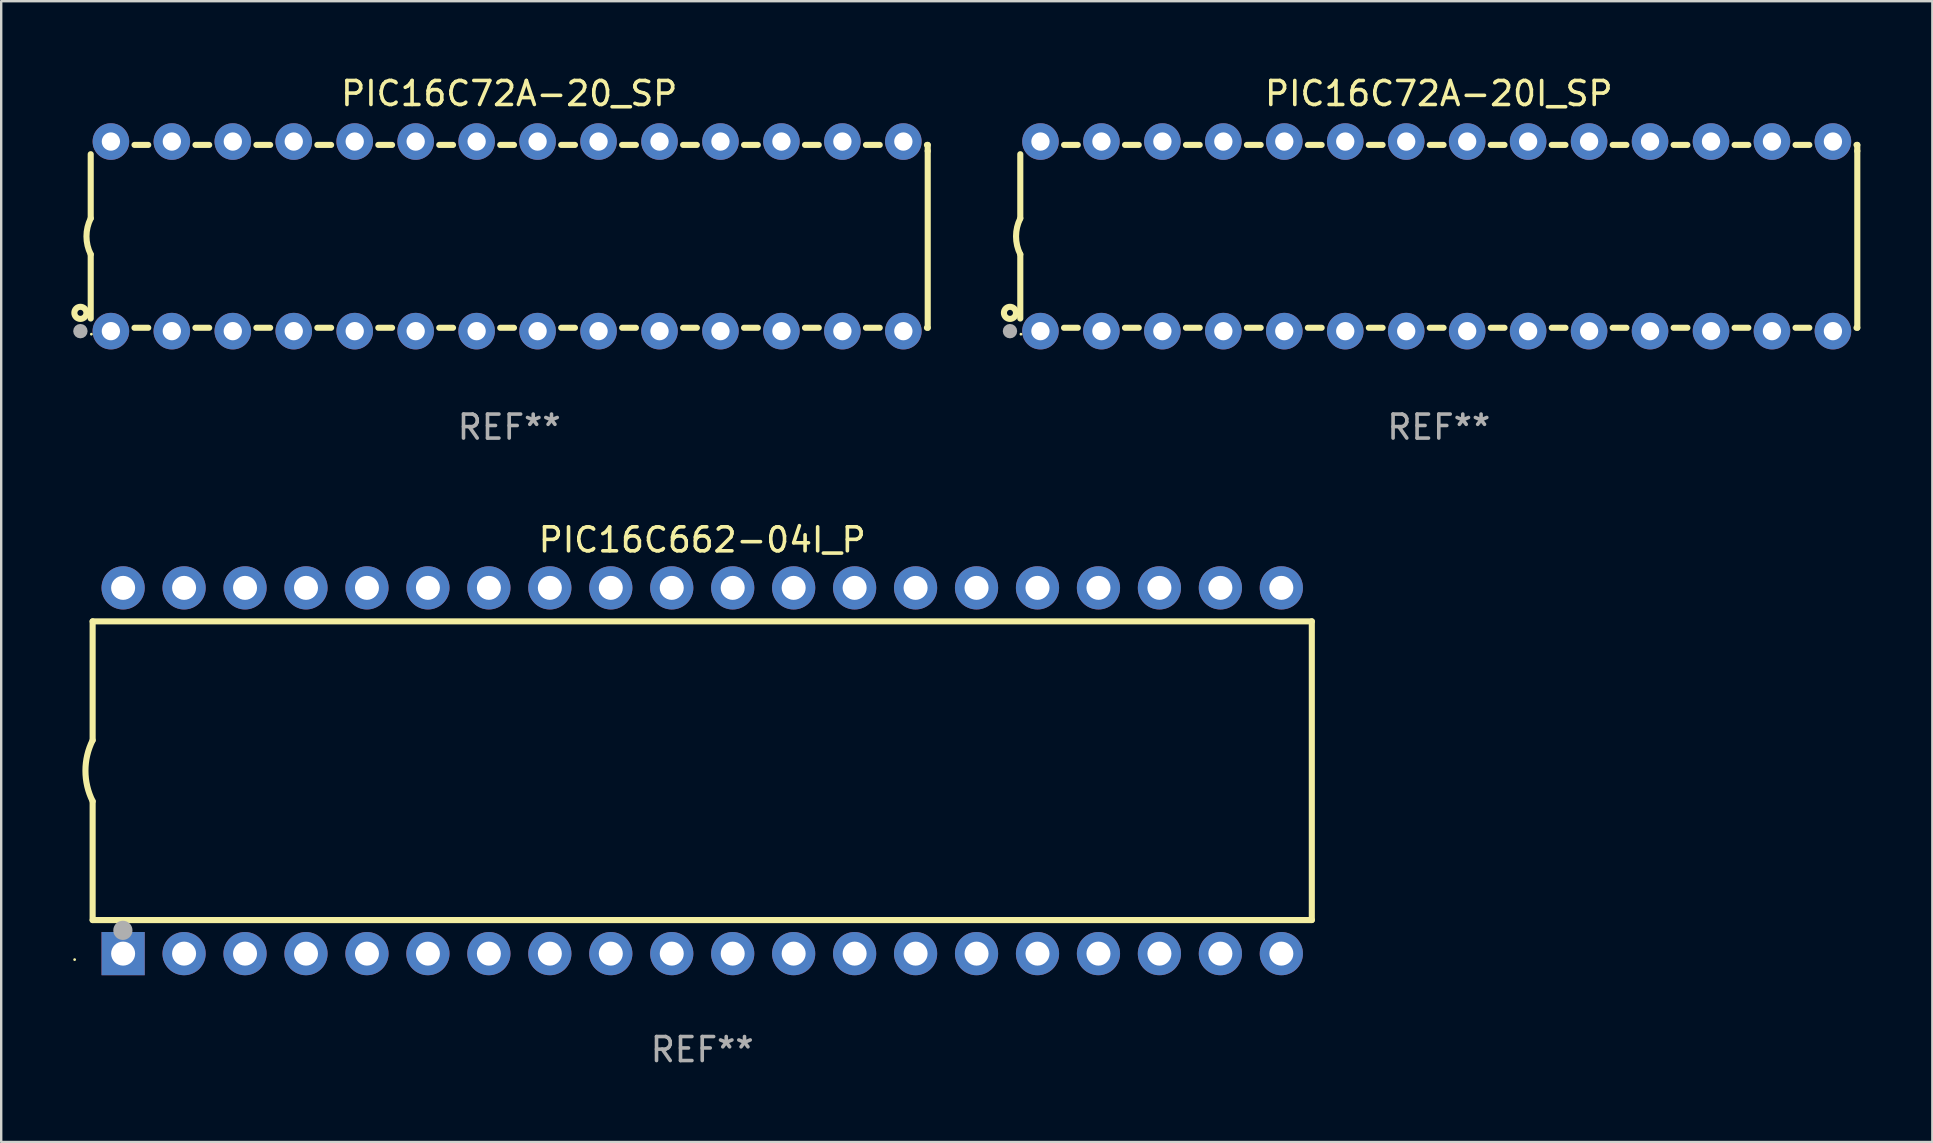
<source format=kicad_pcb>
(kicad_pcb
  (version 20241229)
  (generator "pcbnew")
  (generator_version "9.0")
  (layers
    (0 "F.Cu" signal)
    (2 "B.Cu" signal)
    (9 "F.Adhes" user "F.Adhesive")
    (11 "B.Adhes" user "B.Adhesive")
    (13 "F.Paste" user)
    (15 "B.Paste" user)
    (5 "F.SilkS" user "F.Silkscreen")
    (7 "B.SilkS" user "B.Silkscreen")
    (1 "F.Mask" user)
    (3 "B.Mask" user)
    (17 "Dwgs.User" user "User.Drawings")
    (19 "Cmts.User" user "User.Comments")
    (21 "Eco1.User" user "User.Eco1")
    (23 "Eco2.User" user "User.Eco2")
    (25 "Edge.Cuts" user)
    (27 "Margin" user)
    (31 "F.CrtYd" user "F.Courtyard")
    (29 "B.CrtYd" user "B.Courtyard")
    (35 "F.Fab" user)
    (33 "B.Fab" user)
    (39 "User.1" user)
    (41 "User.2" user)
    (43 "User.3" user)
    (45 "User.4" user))
  (footprint "PIC16C72A-20I_SP"
    (layer "F.Cu")
    (at 56.901 6.798)
    (property "Reference" "PIC16C72A-20I_SP" (at 0 -5.95 0) (layer "F.SilkS") (effects (font (size 1 1) (thickness 0.15))))
    (attr through_hole)
    (fp_line (start -17.438 0.75) (end -17.438 3.423) (stroke (width 0.254) (type solid)) (layer "F.SilkS"))
    (fp_line (start -17.438 -3.423) (end -17.438 -0.75) (stroke (width 0.254) (type solid)) (layer "F.SilkS"))
    (fp_line (start -15.615 3.81) (end -15.041 3.81) (stroke (width 0.254) (type solid)) (layer "F.SilkS"))
    (fp_line (start -15.041 -3.81) (end -15.614 -3.81) (stroke (width 0.254) (type solid)) (layer "F.SilkS"))
    (fp_line (start -13.075 3.81) (end -12.501 3.81) (stroke (width 0.254) (type solid)) (layer "F.SilkS"))
    (fp_line (start -12.501 -3.81) (end -13.074 -3.81) (stroke (width 0.254) (type solid)) (layer "F.SilkS"))
    (fp_line (start -10.535 3.81) (end -9.961 3.81) (stroke (width 0.254) (type solid)) (layer "F.SilkS"))
    (fp_line (start -9.961 -3.81) (end -10.534 -3.81) (stroke (width 0.254) (type solid)) (layer "F.SilkS"))
    (fp_line (start -7.995 3.81) (end -7.421 3.81) (stroke (width 0.254) (type solid)) (layer "F.SilkS"))
    (fp_line (start -7.421 -3.81) (end -7.995 -3.81) (stroke (width 0.254) (type solid)) (layer "F.SilkS"))
    (fp_line (start -5.455 3.81) (end -4.881 3.81) (stroke (width 0.254) (type solid)) (layer "F.SilkS"))
    (fp_line (start -4.881 -3.81) (end -5.455 -3.81) (stroke (width 0.254) (type solid)) (layer "F.SilkS"))
    (fp_line (start -2.915 3.81) (end -2.341 3.81) (stroke (width 0.254) (type solid)) (layer "F.SilkS"))
    (fp_line (start -2.341 -3.81) (end -2.915 -3.81) (stroke (width 0.254) (type solid)) (layer "F.SilkS"))
    (fp_line (start -0.375 3.81) (end 0.199 3.81) (stroke (width 0.254) (type solid)) (layer "F.SilkS"))
    (fp_line (start 0.199 -3.81) (end -0.375 -3.81) (stroke (width 0.254) (type solid)) (layer "F.SilkS"))
    (fp_line (start 2.165 3.81) (end 2.739 3.81) (stroke (width 0.254) (type solid)) (layer "F.SilkS"))
    (fp_line (start 2.739 -3.81) (end 2.165 -3.81) (stroke (width 0.254) (type solid)) (layer "F.SilkS"))
    (fp_line (start 4.705 3.81) (end 5.279 3.81) (stroke (width 0.254) (type solid)) (layer "F.SilkS"))
    (fp_line (start 5.279 -3.81) (end 4.705 -3.81) (stroke (width 0.254) (type solid)) (layer "F.SilkS"))
    (fp_line (start 7.245 3.81) (end 7.819 3.81) (stroke (width 0.254) (type solid)) (layer "F.SilkS"))
    (fp_line (start 7.819 -3.81) (end 7.245 -3.81) (stroke (width 0.254) (type solid)) (layer "F.SilkS"))
    (fp_line (start 9.785 3.81) (end 10.359 3.81) (stroke (width 0.254) (type solid)) (layer "F.SilkS"))
    (fp_line (start 10.359 -3.81) (end 9.785 -3.81) (stroke (width 0.254) (type solid)) (layer "F.SilkS"))
    (fp_line (start 12.325 3.81) (end 12.899 3.81) (stroke (width 0.254) (type solid)) (layer "F.SilkS"))
    (fp_line (start 12.899 -3.81) (end 12.325 -3.81) (stroke (width 0.254) (type solid)) (layer "F.SilkS"))
    (fp_line (start 14.865 3.81) (end 15.439 3.81) (stroke (width 0.254) (type solid)) (layer "F.SilkS"))
    (fp_line (start 15.439 -3.81) (end 14.865 -3.81) (stroke (width 0.254) (type solid)) (layer "F.SilkS"))
    (fp_line (start 17.405 3.81) (end 17.438 3.81) (stroke (width 0.254) (type solid)) (layer "F.SilkS"))
    (fp_line (start 17.438 -3.81) (end 17.405 -3.81) (stroke (width 0.254) (type solid)) (layer "F.SilkS"))
    (fp_line (start 17.438 -3.556) (end 17.438 -3.81) (stroke (width 0.254) (type solid)) (layer "F.SilkS"))
    (fp_line (start 17.438 3.81) (end 17.438 -3.556) (stroke (width 0.254) (type solid)) (layer "F.SilkS"))
    (fp_arc (start -17.437986 0.749657) (mid -17.614887 -0.000024) (end -17.437783 -0.749657) (stroke (width 0.254001) (type solid)) (layer "F.SilkS"))
    (fp_circle (center -17.868 3.188) (end -17.743 3.188) (stroke (width 0.254) (type solid)) (fill no) (layer "F.SilkS"))
    (fp_circle (center -17.411 4.077) (end -17.381 4.077) (stroke (width 0.06) (type solid)) (fill no) (layer "F.SilkS"))
    (fp_circle (center -17.868 3.95) (end -17.718 3.95) (stroke (width 0.3) (type solid)) (fill no) (layer "F.Fab"))
    (fp_text user "REF**" (at 0 7.95 0) (layer "F.Fab") (effects (font (size 1 1) (thickness 0.15))))
    (pad "1" thru_hole circle (at -16.598 3.95) (size 1.524 1.524) (drill 0.762) (layers "*.Cu" "*.Mask"))
    (pad "2" thru_hole circle (at -14.058 3.95) (size 1.524 1.524) (drill 0.762) (layers "*.Cu" "*.Mask"))
    (pad "3" thru_hole circle (at -11.518 3.95) (size 1.524 1.524) (drill 0.762) (layers "*.Cu" "*.Mask"))
    (pad "4" thru_hole circle (at -8.978 3.95) (size 1.524 1.524) (drill 0.762) (layers "*.Cu" "*.Mask"))
    (pad "5" thru_hole circle (at -6.438 3.95) (size 1.524 1.524) (drill 0.762) (layers "*.Cu" "*.Mask"))
    (pad "6" thru_hole circle (at -3.898 3.95) (size 1.524 1.524) (drill 0.762) (layers "*.Cu" "*.Mask"))
    (pad "7" thru_hole circle (at -1.358 3.95) (size 1.524 1.524) (drill 0.762) (layers "*.Cu" "*.Mask"))
    (pad "8" thru_hole circle (at 1.182 3.95) (size 1.524 1.524) (drill 0.762) (layers "*.Cu" "*.Mask"))
    (pad "9" thru_hole circle (at 3.722 3.95) (size 1.524 1.524) (drill 0.762) (layers "*.Cu" "*.Mask"))
    (pad "10" thru_hole circle (at 6.262 3.95) (size 1.524 1.524) (drill 0.762) (layers "*.Cu" "*.Mask"))
    (pad "11" thru_hole circle (at 8.802 3.95) (size 1.524 1.524) (drill 0.762) (layers "*.Cu" "*.Mask"))
    (pad "12" thru_hole circle (at 11.342 3.95) (size 1.524 1.524) (drill 0.762) (layers "*.Cu" "*.Mask"))
    (pad "13" thru_hole circle (at 13.882 3.95) (size 1.524 1.524) (drill 0.762) (layers "*.Cu" "*.Mask"))
    (pad "14" thru_hole circle (at 16.422 3.95) (size 1.524 1.524) (drill 0.762) (layers "*.Cu" "*.Mask"))
    (pad "15" thru_hole circle (at 16.422 -3.95) (size 1.524 1.524) (drill 0.762) (layers "*.Cu" "*.Mask"))
    (pad "16" thru_hole circle (at 13.882 -3.95) (size 1.524 1.524) (drill 0.762) (layers "*.Cu" "*.Mask"))
    (pad "17" thru_hole circle (at 11.342 -3.95) (size 1.524 1.524) (drill 0.762) (layers "*.Cu" "*.Mask"))
    (pad "18" thru_hole circle (at 8.802 -3.95) (size 1.524 1.524) (drill 0.762) (layers "*.Cu" "*.Mask"))
    (pad "19" thru_hole circle (at 6.262 -3.95) (size 1.524 1.524) (drill 0.762) (layers "*.Cu" "*.Mask"))
    (pad "20" thru_hole circle (at 3.722 -3.95) (size 1.524 1.524) (drill 0.762) (layers "*.Cu" "*.Mask"))
    (pad "21" thru_hole circle (at 1.182 -3.95) (size 1.524 1.524) (drill 0.762) (layers "*.Cu" "*.Mask"))
    (pad "22" thru_hole circle (at -1.358 -3.95) (size 1.524 1.524) (drill 0.762) (layers "*.Cu" "*.Mask"))
    (pad "23" thru_hole circle (at -3.898 -3.95) (size 1.524 1.524) (drill 0.762) (layers "*.Cu" "*.Mask"))
    (pad "24" thru_hole circle (at -6.438 -3.95) (size 1.524 1.524) (drill 0.762) (layers "*.Cu" "*.Mask"))
    (pad "25" thru_hole circle (at -8.978 -3.95) (size 1.524 1.524) (drill 0.762) (layers "*.Cu" "*.Mask"))
    (pad "26" thru_hole circle (at -11.517 -3.95) (size 1.524 1.524) (drill 0.762) (layers "*.Cu" "*.Mask"))
    (pad "27" thru_hole circle (at -14.057 -3.95) (size 1.524 1.524) (drill 0.762) (layers "*.Cu" "*.Mask"))
    (pad "28" thru_hole circle (at -16.597 -3.95) (size 1.524 1.524) (drill 0.762) (layers "*.Cu" "*.Mask")))
  (footprint "PIC16C72A-20_SP"
    (layer "F.Cu")
    (at 18.168 6.798)
    (property "Reference" "PIC16C72A-20_SP" (at 0 -5.95 0) (layer "F.SilkS") (effects (font (size 1 1) (thickness 0.15))))
    (attr through_hole)
    (fp_line (start -17.438 0.75) (end -17.438 3.423) (stroke (width 0.254) (type solid)) (layer "F.SilkS"))
    (fp_line (start -17.438 -3.423) (end -17.438 -0.75) (stroke (width 0.254) (type solid)) (layer "F.SilkS"))
    (fp_line (start -15.615 3.81) (end -15.041 3.81) (stroke (width 0.254) (type solid)) (layer "F.SilkS"))
    (fp_line (start -15.041 -3.81) (end -15.614 -3.81) (stroke (width 0.254) (type solid)) (layer "F.SilkS"))
    (fp_line (start -13.075 3.81) (end -12.501 3.81) (stroke (width 0.254) (type solid)) (layer "F.SilkS"))
    (fp_line (start -12.501 -3.81) (end -13.074 -3.81) (stroke (width 0.254) (type solid)) (layer "F.SilkS"))
    (fp_line (start -10.535 3.81) (end -9.961 3.81) (stroke (width 0.254) (type solid)) (layer "F.SilkS"))
    (fp_line (start -9.961 -3.81) (end -10.534 -3.81) (stroke (width 0.254) (type solid)) (layer "F.SilkS"))
    (fp_line (start -7.995 3.81) (end -7.421 3.81) (stroke (width 0.254) (type solid)) (layer "F.SilkS"))
    (fp_line (start -7.421 -3.81) (end -7.995 -3.81) (stroke (width 0.254) (type solid)) (layer "F.SilkS"))
    (fp_line (start -5.455 3.81) (end -4.881 3.81) (stroke (width 0.254) (type solid)) (layer "F.SilkS"))
    (fp_line (start -4.881 -3.81) (end -5.455 -3.81) (stroke (width 0.254) (type solid)) (layer "F.SilkS"))
    (fp_line (start -2.915 3.81) (end -2.341 3.81) (stroke (width 0.254) (type solid)) (layer "F.SilkS"))
    (fp_line (start -2.341 -3.81) (end -2.915 -3.81) (stroke (width 0.254) (type solid)) (layer "F.SilkS"))
    (fp_line (start -0.375 3.81) (end 0.199 3.81) (stroke (width 0.254) (type solid)) (layer "F.SilkS"))
    (fp_line (start 0.199 -3.81) (end -0.375 -3.81) (stroke (width 0.254) (type solid)) (layer "F.SilkS"))
    (fp_line (start 2.165 3.81) (end 2.739 3.81) (stroke (width 0.254) (type solid)) (layer "F.SilkS"))
    (fp_line (start 2.739 -3.81) (end 2.165 -3.81) (stroke (width 0.254) (type solid)) (layer "F.SilkS"))
    (fp_line (start 4.705 3.81) (end 5.279 3.81) (stroke (width 0.254) (type solid)) (layer "F.SilkS"))
    (fp_line (start 5.279 -3.81) (end 4.705 -3.81) (stroke (width 0.254) (type solid)) (layer "F.SilkS"))
    (fp_line (start 7.245 3.81) (end 7.819 3.81) (stroke (width 0.254) (type solid)) (layer "F.SilkS"))
    (fp_line (start 7.819 -3.81) (end 7.245 -3.81) (stroke (width 0.254) (type solid)) (layer "F.SilkS"))
    (fp_line (start 9.785 3.81) (end 10.359 3.81) (stroke (width 0.254) (type solid)) (layer "F.SilkS"))
    (fp_line (start 10.359 -3.81) (end 9.785 -3.81) (stroke (width 0.254) (type solid)) (layer "F.SilkS"))
    (fp_line (start 12.325 3.81) (end 12.899 3.81) (stroke (width 0.254) (type solid)) (layer "F.SilkS"))
    (fp_line (start 12.899 -3.81) (end 12.325 -3.81) (stroke (width 0.254) (type solid)) (layer "F.SilkS"))
    (fp_line (start 14.865 3.81) (end 15.439 3.81) (stroke (width 0.254) (type solid)) (layer "F.SilkS"))
    (fp_line (start 15.439 -3.81) (end 14.865 -3.81) (stroke (width 0.254) (type solid)) (layer "F.SilkS"))
    (fp_line (start 17.405 3.81) (end 17.438 3.81) (stroke (width 0.254) (type solid)) (layer "F.SilkS"))
    (fp_line (start 17.438 -3.81) (end 17.405 -3.81) (stroke (width 0.254) (type solid)) (layer "F.SilkS"))
    (fp_line (start 17.438 -3.556) (end 17.438 -3.81) (stroke (width 0.254) (type solid)) (layer "F.SilkS"))
    (fp_line (start 17.438 3.81) (end 17.438 -3.556) (stroke (width 0.254) (type solid)) (layer "F.SilkS"))
    (fp_arc (start -17.437986 0.749657) (mid -17.614887 -0.000024) (end -17.437783 -0.749657) (stroke (width 0.254001) (type solid)) (layer "F.SilkS"))
    (fp_circle (center -17.868 3.188) (end -17.743 3.188) (stroke (width 0.254) (type solid)) (fill no) (layer "F.SilkS"))
    (fp_circle (center -17.411 4.077) (end -17.381 4.077) (stroke (width 0.06) (type solid)) (fill no) (layer "F.SilkS"))
    (fp_circle (center -17.868 3.95) (end -17.718 3.95) (stroke (width 0.3) (type solid)) (fill no) (layer "F.Fab"))
    (fp_text user "REF**" (at 0 7.95 0) (layer "F.Fab") (effects (font (size 1 1) (thickness 0.15))))
    (pad "1" thru_hole circle (at -16.598 3.95) (size 1.524 1.524) (drill 0.762) (layers "*.Cu" "*.Mask"))
    (pad "2" thru_hole circle (at -14.058 3.95) (size 1.524 1.524) (drill 0.762) (layers "*.Cu" "*.Mask"))
    (pad "3" thru_hole circle (at -11.518 3.95) (size 1.524 1.524) (drill 0.762) (layers "*.Cu" "*.Mask"))
    (pad "4" thru_hole circle (at -8.978 3.95) (size 1.524 1.524) (drill 0.762) (layers "*.Cu" "*.Mask"))
    (pad "5" thru_hole circle (at -6.438 3.95) (size 1.524 1.524) (drill 0.762) (layers "*.Cu" "*.Mask"))
    (pad "6" thru_hole circle (at -3.898 3.95) (size 1.524 1.524) (drill 0.762) (layers "*.Cu" "*.Mask"))
    (pad "7" thru_hole circle (at -1.358 3.95) (size 1.524 1.524) (drill 0.762) (layers "*.Cu" "*.Mask"))
    (pad "8" thru_hole circle (at 1.182 3.95) (size 1.524 1.524) (drill 0.762) (layers "*.Cu" "*.Mask"))
    (pad "9" thru_hole circle (at 3.722 3.95) (size 1.524 1.524) (drill 0.762) (layers "*.Cu" "*.Mask"))
    (pad "10" thru_hole circle (at 6.262 3.95) (size 1.524 1.524) (drill 0.762) (layers "*.Cu" "*.Mask"))
    (pad "11" thru_hole circle (at 8.802 3.95) (size 1.524 1.524) (drill 0.762) (layers "*.Cu" "*.Mask"))
    (pad "12" thru_hole circle (at 11.342 3.95) (size 1.524 1.524) (drill 0.762) (layers "*.Cu" "*.Mask"))
    (pad "13" thru_hole circle (at 13.882 3.95) (size 1.524 1.524) (drill 0.762) (layers "*.Cu" "*.Mask"))
    (pad "14" thru_hole circle (at 16.422 3.95) (size 1.524 1.524) (drill 0.762) (layers "*.Cu" "*.Mask"))
    (pad "15" thru_hole circle (at 16.422 -3.95) (size 1.524 1.524) (drill 0.762) (layers "*.Cu" "*.Mask"))
    (pad "16" thru_hole circle (at 13.882 -3.95) (size 1.524 1.524) (drill 0.762) (layers "*.Cu" "*.Mask"))
    (pad "17" thru_hole circle (at 11.342 -3.95) (size 1.524 1.524) (drill 0.762) (layers "*.Cu" "*.Mask"))
    (pad "18" thru_hole circle (at 8.802 -3.95) (size 1.524 1.524) (drill 0.762) (layers "*.Cu" "*.Mask"))
    (pad "19" thru_hole circle (at 6.262 -3.95) (size 1.524 1.524) (drill 0.762) (layers "*.Cu" "*.Mask"))
    (pad "20" thru_hole circle (at 3.722 -3.95) (size 1.524 1.524) (drill 0.762) (layers "*.Cu" "*.Mask"))
    (pad "21" thru_hole circle (at 1.182 -3.95) (size 1.524 1.524) (drill 0.762) (layers "*.Cu" "*.Mask"))
    (pad "22" thru_hole circle (at -1.358 -3.95) (size 1.524 1.524) (drill 0.762) (layers "*.Cu" "*.Mask"))
    (pad "23" thru_hole circle (at -3.898 -3.95) (size 1.524 1.524) (drill 0.762) (layers "*.Cu" "*.Mask"))
    (pad "24" thru_hole circle (at -6.438 -3.95) (size 1.524 1.524) (drill 0.762) (layers "*.Cu" "*.Mask"))
    (pad "25" thru_hole circle (at -8.978 -3.95) (size 1.524 1.524) (drill 0.762) (layers "*.Cu" "*.Mask"))
    (pad "26" thru_hole circle (at -11.517 -3.95) (size 1.524 1.524) (drill 0.762) (layers "*.Cu" "*.Mask"))
    (pad "27" thru_hole circle (at -14.057 -3.95) (size 1.524 1.524) (drill 0.762) (layers "*.Cu" "*.Mask"))
    (pad "28" thru_hole circle (at -16.597 -3.95) (size 1.524 1.524) (drill 0.762) (layers "*.Cu" "*.Mask")))
  (footprint "PIC16C662-04I_P"
    (layer "F.Cu")
    (at 26.21 29.065)
    (property "Reference" "PIC16C662-04I_P" (at 0 -9.62 0) (layer "F.SilkS") (effects (font (size 1 1) (thickness 0.15))))
    (attr through_hole)
    (fp_line (start -25.4 -6.224) (end -25.4 -1.271) (stroke (width 0.254) (type solid)) (layer "F.SilkS"))
    (fp_line (start -25.4 -6.224) (end 25.4 -6.224) (stroke (width 0.254) (type solid)) (layer "F.SilkS"))
    (fp_line (start -25.4 1.269) (end -25.4 6.222) (stroke (width 0.254) (type solid)) (layer "F.SilkS"))
    (fp_line (start -25.4 6.222) (end 25.4 6.222) (stroke (width 0.254) (type solid)) (layer "F.SilkS"))
    (fp_line (start 25.4 6.222) (end 25.4 -6.224) (stroke (width 0.254) (type solid)) (layer "F.SilkS"))
    (fp_arc (start -25.4 1.269241) (mid -25.699807 -0.000762) (end -25.4 -1.270765) (stroke (width 0.254001) (type solid)) (layer "F.SilkS"))
    (fp_circle (center -26.15 7.87) (end -26.12 7.87) (stroke (width 0.06) (type solid)) (fill no) (layer "F.SilkS"))
    (fp_circle (center -24.14 6.65) (end -23.94 6.65) (stroke (width 0.4) (type solid)) (fill no) (layer "F.Fab"))
    (fp_text user "REF**" (at 0 11.62 0) (layer "F.Fab") (effects (font (size 1 1) (thickness 0.15))))
    (pad "1" thru_hole rect (at -24.13 7.62 90) (size 1.8 1.8) (drill 1) (layers "*.Cu" "*.Mask"))
    (pad "2" thru_hole circle (at -21.59 7.62) (size 1.8 1.8) (drill 1) (layers "*.Cu" "*.Mask"))
    (pad "3" thru_hole circle (at -19.05 7.62) (size 1.8 1.8) (drill 1) (layers "*.Cu" "*.Mask"))
    (pad "4" thru_hole circle (at -16.51 7.62) (size 1.8 1.8) (drill 1) (layers "*.Cu" "*.Mask"))
    (pad "5" thru_hole circle (at -13.97 7.62) (size 1.8 1.8) (drill 1) (layers "*.Cu" "*.Mask"))
    (pad "6" thru_hole circle (at -11.43 7.62) (size 1.8 1.8) (drill 1) (layers "*.Cu" "*.Mask"))
    (pad "7" thru_hole circle (at -8.89 7.62) (size 1.8 1.8) (drill 1) (layers "*.Cu" "*.Mask"))
    (pad "8" thru_hole circle (at -6.35 7.62) (size 1.8 1.8) (drill 1) (layers "*.Cu" "*.Mask"))
    (pad "9" thru_hole circle (at -3.81 7.62) (size 1.8 1.8) (drill 1) (layers "*.Cu" "*.Mask"))
    (pad "10" thru_hole circle (at -1.27 7.62) (size 1.8 1.8) (drill 1) (layers "*.Cu" "*.Mask"))
    (pad "11" thru_hole circle (at 1.27 7.62) (size 1.8 1.8) (drill 1) (layers "*.Cu" "*.Mask"))
    (pad "12" thru_hole circle (at 3.81 7.62) (size 1.8 1.8) (drill 1) (layers "*.Cu" "*.Mask"))
    (pad "13" thru_hole circle (at 6.35 7.62) (size 1.8 1.8) (drill 1) (layers "*.Cu" "*.Mask"))
    (pad "14" thru_hole circle (at 8.89 7.62) (size 1.8 1.8) (drill 1) (layers "*.Cu" "*.Mask"))
    (pad "15" thru_hole circle (at 11.43 7.62) (size 1.8 1.8) (drill 1) (layers "*.Cu" "*.Mask"))
    (pad "16" thru_hole circle (at 13.97 7.62) (size 1.8 1.8) (drill 1) (layers "*.Cu" "*.Mask"))
    (pad "17" thru_hole circle (at 16.51 7.62) (size 1.8 1.8) (drill 1) (layers "*.Cu" "*.Mask"))
    (pad "18" thru_hole circle (at 19.05 7.62) (size 1.8 1.8) (drill 1) (layers "*.Cu" "*.Mask"))
    (pad "19" thru_hole circle (at 21.59 7.62) (size 1.8 1.8) (drill 1) (layers "*.Cu" "*.Mask"))
    (pad "20" thru_hole circle (at 24.13 7.62) (size 1.8 1.8) (drill 1) (layers "*.Cu" "*.Mask"))
    (pad "21" thru_hole circle (at 24.13 -7.62) (size 1.8 1.8) (drill 1) (layers "*.Cu" "*.Mask"))
    (pad "22" thru_hole circle (at 21.59 -7.62) (size 1.8 1.8) (drill 1) (layers "*.Cu" "*.Mask"))
    (pad "23" thru_hole circle (at 19.05 -7.62) (size 1.8 1.8) (drill 1) (layers "*.Cu" "*.Mask"))
    (pad "24" thru_hole circle (at 16.51 -7.62) (size 1.8 1.8) (drill 1) (layers "*.Cu" "*.Mask"))
    (pad "25" thru_hole circle (at 13.97 -7.62) (size 1.8 1.8) (drill 1) (layers "*.Cu" "*.Mask"))
    (pad "26" thru_hole circle (at 11.43 -7.62) (size 1.8 1.8) (drill 1) (layers "*.Cu" "*.Mask"))
    (pad "27" thru_hole circle (at 8.89 -7.62) (size 1.8 1.8) (drill 1) (layers "*.Cu" "*.Mask"))
    (pad "28" thru_hole circle (at 6.35 -7.62) (size 1.8 1.8) (drill 1) (layers "*.Cu" "*.Mask"))
    (pad "29" thru_hole circle (at 3.81 -7.62) (size 1.8 1.8) (drill 1) (layers "*.Cu" "*.Mask"))
    (pad "30" thru_hole circle (at 1.27 -7.62) (size 1.8 1.8) (drill 1) (layers "*.Cu" "*.Mask"))
    (pad "31" thru_hole circle (at -1.27 -7.62) (size 1.8 1.8) (drill 1) (layers "*.Cu" "*.Mask"))
    (pad "32" thru_hole circle (at -3.81 -7.62) (size 1.8 1.8) (drill 1) (layers "*.Cu" "*.Mask"))
    (pad "33" thru_hole circle (at -6.35 -7.62) (size 1.8 1.8) (drill 1) (layers "*.Cu" "*.Mask"))
    (pad "34" thru_hole circle (at -8.89 -7.62) (size 1.8 1.8) (drill 1) (layers "*.Cu" "*.Mask"))
    (pad "35" thru_hole circle (at -11.43 -7.62) (size 1.8 1.8) (drill 1) (layers "*.Cu" "*.Mask"))
    (pad "36" thru_hole circle (at -13.97 -7.62) (size 1.8 1.8) (drill 1) (layers "*.Cu" "*.Mask"))
    (pad "37" thru_hole circle (at -16.51 -7.62) (size 1.8 1.8) (drill 1) (layers "*.Cu" "*.Mask"))
    (pad "38" thru_hole circle (at -19.05 -7.62) (size 1.8 1.8) (drill 1) (layers "*.Cu" "*.Mask"))
    (pad "39" thru_hole circle (at -21.59 -7.62) (size 1.8 1.8) (drill 1) (layers "*.Cu" "*.Mask"))
    (pad "40" thru_hole circle (at -24.13 -7.62) (size 1.8 1.8) (drill 1) (layers "*.Cu" "*.Mask")))
  (gr_rect
    (start -3 -3)
    (end 77.466 44.533)
    (stroke (width 0.1) (type default))
    (fill no)
    (layer "Edge.Cuts")))
</source>
